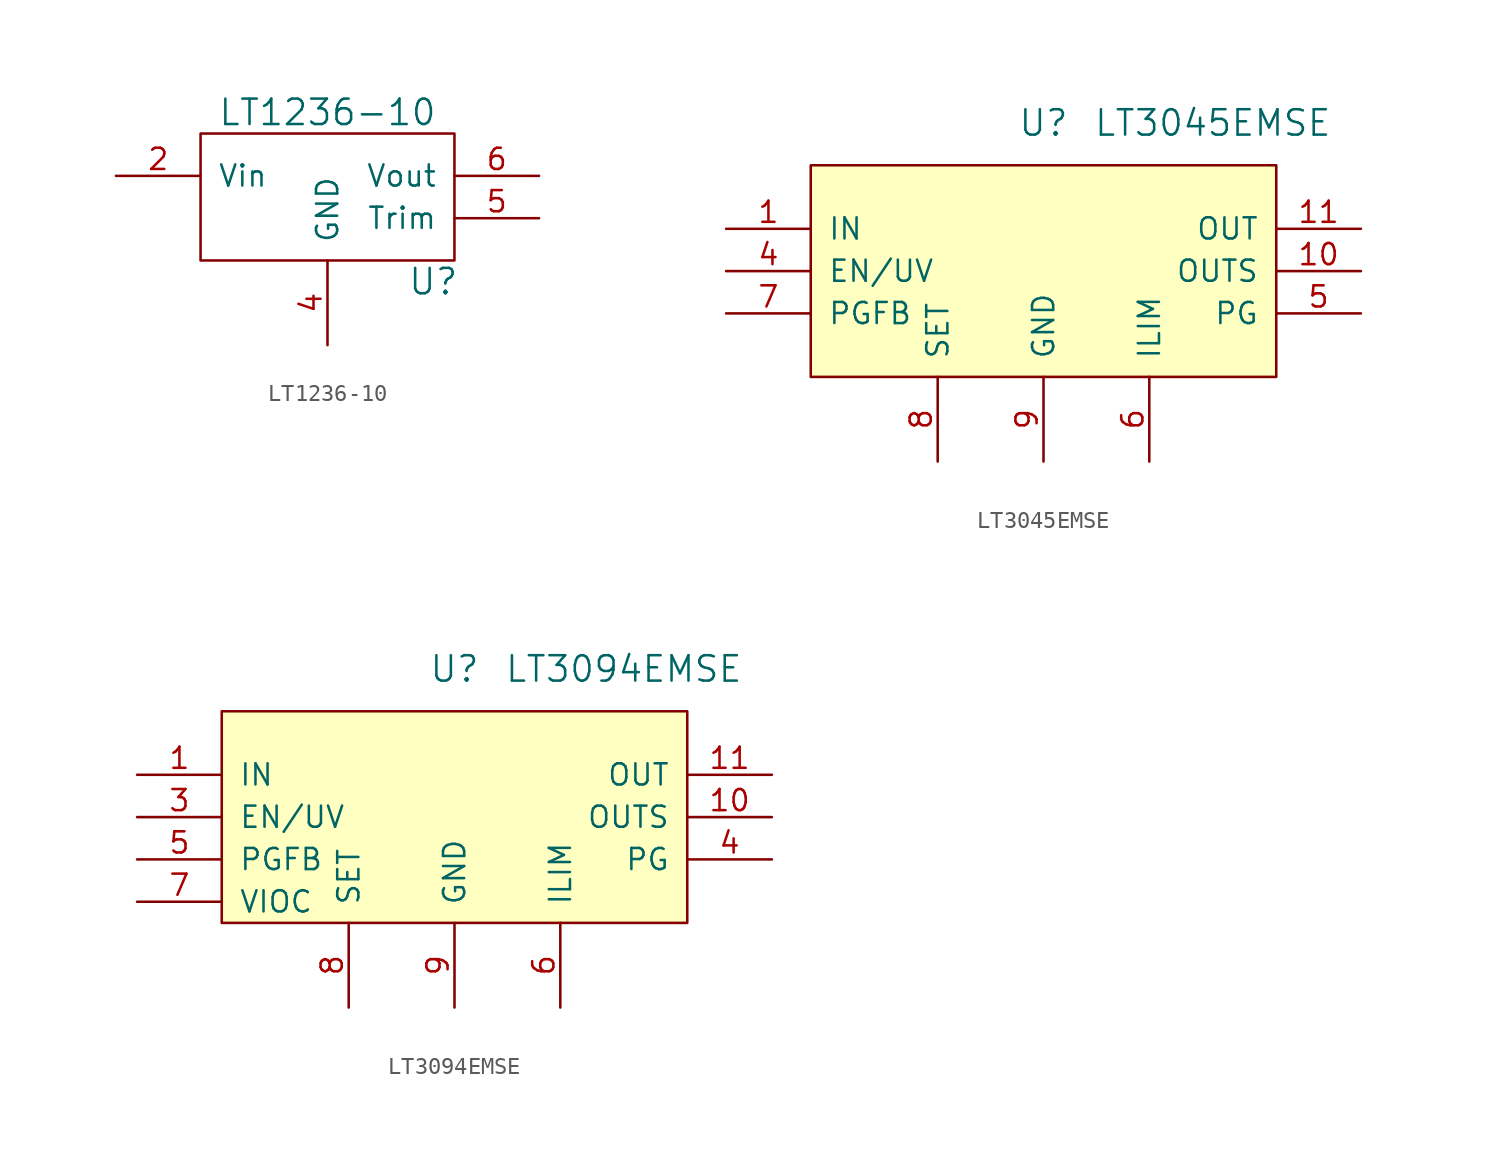
<source format=kicad_sym>
(kicad_symbol_lib
  (version 20211014)
  (generator kicad_symbol_editor)
  (symbol "LT1236-10"
    (pin_names
      (offset 1.016))
    (property "Reference" "U"
      (at 6.35 -1.27 0)
      (effects (font (size 1.524 1.524))))
    (property "Value" "LT1236-10"
      (at 0 8.89 0)
      (effects (font (size 1.524 1.524))))
    (symbol "LT1236-10_0_1"
      (rectangle (start 7.62 7.62) (end -7.62 0) (stroke (width 0) (type default) (color 0 0 0 0)) (fill (type none))))
    (symbol "LT1236-10_1_1"
      (pin no_connect line (at -6.35 -2.54 90) (length 2.54) hide (name "NC" (effects (font (size 1.27 1.27)))) (number "1" (effects (font (size 1.27 1.27)))))
      (pin power_in line (at -12.7 5.08 0) (length 5.08) (name "Vin" (effects (font (size 1.27 1.27)))) (number "2" (effects (font (size 1.27 1.27)))))
      (pin no_connect line (at -3.81 -2.54 90) (length 2.54) hide (name "NC" (effects (font (size 1.27 1.27)))) (number "3" (effects (font (size 1.27 1.27)))))
      (pin power_in line (at 0 -5.08 90) (length 5.08) (name "GND" (effects (font (size 1.27 1.27)))) (number "4" (effects (font (size 1.27 1.27)))))
      (pin input line (at 12.7 2.54 180) (length 5.08) (name "Trim" (effects (font (size 1.27 1.27)))) (number "5" (effects (font (size 1.27 1.27)))))
      (pin power_out line (at 12.7 5.08 180) (length 5.08) (name "Vout" (effects (font (size 1.27 1.27)))) (number "6" (effects (font (size 1.27 1.27)))))
      (pin no_connect line (at 3.81 -2.54 90) (length 2.54) hide (name "NC" (effects (font (size 1.27 1.27)))) (number "7" (effects (font (size 1.27 1.27)))))
      (pin no_connect line (at -10.16 1.27 0) (length 2.54) hide (name "NC" (effects (font (size 1.27 1.27)))) (number "8" (effects (font (size 1.27 1.27)))))))
  (symbol "LT3045EMSE"
    (pin_names
      (offset 1.016))
    (property "Reference" "U"
      (at 0 8.89 0)
      (effects (font (size 1.524 1.524))))
    (property "Value" "LT3045EMSE"
      (at 10.16 8.89 0)
      (effects (font (size 1.524 1.524))))
    (symbol "LT3045EMSE_0_1"
      (rectangle (start -13.97 6.35) (end 13.97 -6.35) (stroke (width 0) (type default) (color 0 0 0 0)) (fill (type background))))
    (symbol "LT3045EMSE_1_1"
      (pin power_in line (at -19.05 2.54 0) (length 5.08) (name "IN" (effects (font (size 1.27 1.27)))) (number "1" (effects (font (size 1.27 1.27)))))
      (pin input line (at 19.05 0 180) (length 5.08) (name "OUTS" (effects (font (size 1.27 1.27)))) (number "10" (effects (font (size 1.27 1.27)))))
      (pin power_out line (at 19.05 2.54 180) (length 5.08) (name "OUT" (effects (font (size 1.27 1.27)))) (number "11" (effects (font (size 1.27 1.27)))))
      (pin passive line (at 19.05 2.54 180) (length 5.08) hide (name "OUT" (effects (font (size 1.27 1.27)))) (number "12" (effects (font (size 1.27 1.27)))))
      (pin passive line (at 0 -11.43 90) (length 5.08) hide (name "GND" (effects (font (size 1.27 1.27)))) (number "13" (effects (font (size 1.27 1.27)))))
      (pin power_in line (at -19.05 2.54 0) (length 5.08) hide (name "IN" (effects (font (size 1.27 1.27)))) (number "2" (effects (font (size 1.27 1.27)))))
      (pin power_in line (at -19.05 2.54 0) (length 5.08) hide (name "IN" (effects (font (size 1.27 1.27)))) (number "3" (effects (font (size 1.27 1.27)))))
      (pin input line (at -19.05 0 0) (length 5.08) (name "EN/UV" (effects (font (size 1.27 1.27)))) (number "4" (effects (font (size 1.27 1.27)))))
      (pin output line (at 19.05 -2.54 180) (length 5.08) (name "PG" (effects (font (size 1.27 1.27)))) (number "5" (effects (font (size 1.27 1.27)))))
      (pin input line (at 6.35 -11.43 90) (length 5.08) (name "ILIM" (effects (font (size 1.27 1.27)))) (number "6" (effects (font (size 1.27 1.27)))))
      (pin input line (at -19.05 -2.54 0) (length 5.08) (name "PGFB" (effects (font (size 1.27 1.27)))) (number "7" (effects (font (size 1.27 1.27)))))
      (pin input line (at -6.35 -11.43 90) (length 5.08) (name "SET" (effects (font (size 1.27 1.27)))) (number "8" (effects (font (size 1.27 1.27)))))
      (pin power_in line (at 0 -11.43 90) (length 5.08) (name "GND" (effects (font (size 1.27 1.27)))) (number "9" (effects (font (size 1.27 1.27)))))))
  (symbol "LT3094EMSE"
    (pin_names
      (offset 1.016))
    (property "Reference" "U"
      (at 0 8.89 0)
      (effects (font (size 1.524 1.524))))
    (property "Value" "LT3094EMSE"
      (at 10.16 8.89 0)
      (effects (font (size 1.524 1.524))))
    (symbol "LT3094EMSE_0_1"
      (rectangle (start -13.97 6.35) (end 13.97 -6.35) (stroke (width 0) (type default) (color 0 0 0 0)) (fill (type background))))
    (symbol "LT3094EMSE_1_1"
      (pin power_in line (at -19.05 2.54 0) (length 5.08) (name "IN" (effects (font (size 1.27 1.27)))) (number "1" (effects (font (size 1.27 1.27)))))
      (pin input line (at 19.05 0 180) (length 5.08) (name "OUTS" (effects (font (size 1.27 1.27)))) (number "10" (effects (font (size 1.27 1.27)))))
      (pin power_out line (at 19.05 2.54 180) (length 5.08) (name "OUT" (effects (font (size 1.27 1.27)))) (number "11" (effects (font (size 1.27 1.27)))))
      (pin passive line (at 19.05 2.54 180) (length 5.08) hide (name "OUT" (effects (font (size 1.27 1.27)))) (number "12" (effects (font (size 1.27 1.27)))))
      (pin passive line (at -19.05 2.54 0) (length 5.08) hide (name "IN" (effects (font (size 1.27 1.27)))) (number "13" (effects (font (size 1.27 1.27)))))
      (pin passive line (at -19.05 2.54 0) (length 5.08) hide (name "IN" (effects (font (size 1.27 1.27)))) (number "2" (effects (font (size 1.27 1.27)))))
      (pin input line (at -19.05 0 0) (length 5.08) (name "EN/UV" (effects (font (size 1.27 1.27)))) (number "3" (effects (font (size 1.27 1.27)))))
      (pin output line (at 19.05 -2.54 180) (length 5.08) (name "PG" (effects (font (size 1.27 1.27)))) (number "4" (effects (font (size 1.27 1.27)))))
      (pin input line (at -19.05 -2.54 0) (length 5.08) (name "PGFB" (effects (font (size 1.27 1.27)))) (number "5" (effects (font (size 1.27 1.27)))))
      (pin input line (at 6.35 -11.43 90) (length 5.08) (name "ILIM" (effects (font (size 1.27 1.27)))) (number "6" (effects (font (size 1.27 1.27)))))
      (pin input line (at -19.05 -5.08 0) (length 5.08) (name "VIOC" (effects (font (size 1.27 1.27)))) (number "7" (effects (font (size 1.27 1.27)))))
      (pin input line (at -6.35 -11.43 90) (length 5.08) (name "SET" (effects (font (size 1.27 1.27)))) (number "8" (effects (font (size 1.27 1.27)))))
      (pin power_in line (at 0 -11.43 90) (length 5.08) (name "GND" (effects (font (size 1.27 1.27)))) (number "9" (effects (font (size 1.27 1.27))))))))
</source>
